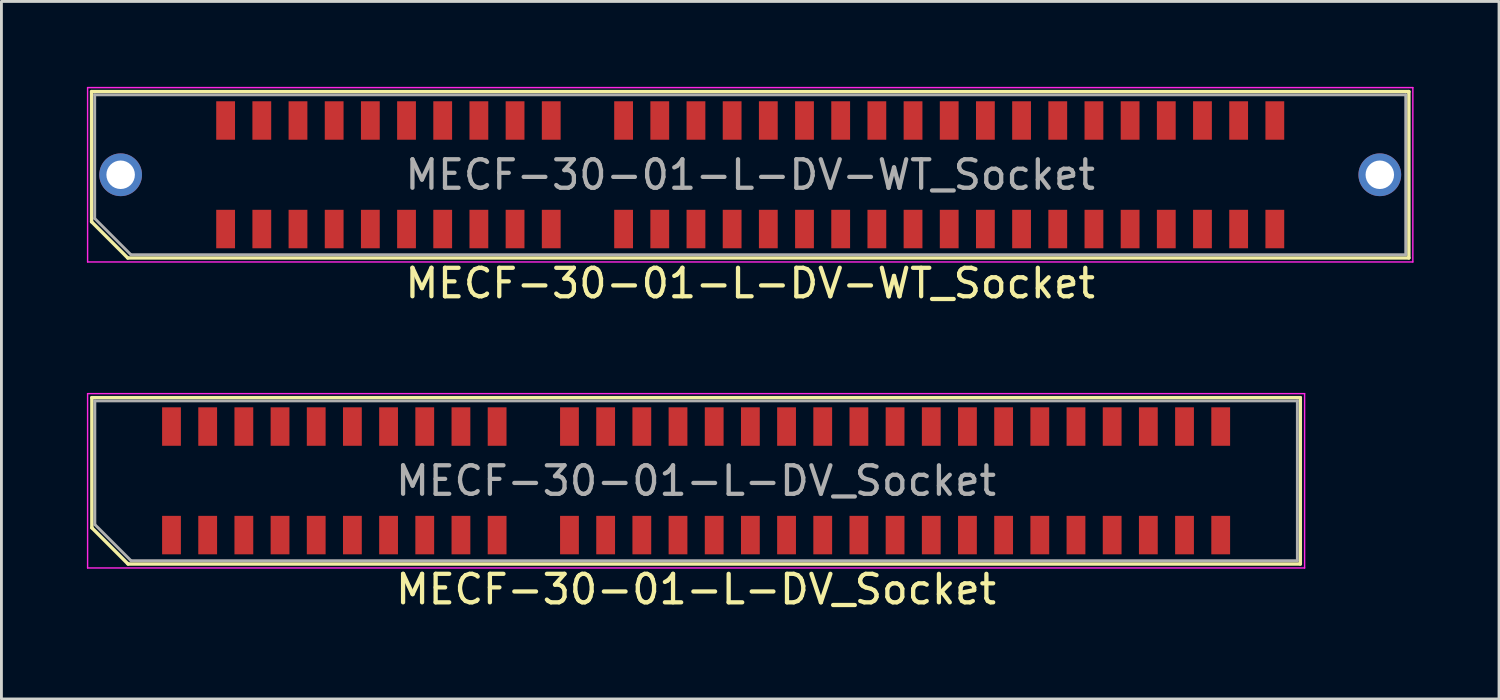
<source format=kicad_pcb>
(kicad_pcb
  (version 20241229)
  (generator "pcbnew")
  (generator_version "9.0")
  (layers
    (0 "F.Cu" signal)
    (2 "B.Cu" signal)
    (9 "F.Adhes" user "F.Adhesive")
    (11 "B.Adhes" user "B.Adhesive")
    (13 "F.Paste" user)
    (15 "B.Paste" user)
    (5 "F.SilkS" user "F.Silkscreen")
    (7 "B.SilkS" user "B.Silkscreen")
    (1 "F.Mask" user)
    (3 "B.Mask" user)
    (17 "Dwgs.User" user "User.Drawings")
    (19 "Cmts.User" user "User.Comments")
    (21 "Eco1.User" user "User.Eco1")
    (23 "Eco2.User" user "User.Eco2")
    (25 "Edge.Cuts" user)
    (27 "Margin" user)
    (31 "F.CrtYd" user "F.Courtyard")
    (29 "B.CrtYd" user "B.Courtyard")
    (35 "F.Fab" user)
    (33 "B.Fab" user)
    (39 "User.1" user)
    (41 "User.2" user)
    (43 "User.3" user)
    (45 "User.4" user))
  (footprint "MECF-30-01-L-DV-WT_Socket"
    (layer "F.Cu")
    (at 23.285 3.085)
    (property "Reference" "MECF-30-01-L-DV-WT_Socket" (at 0 3.81 0) (layer "F.SilkS") (effects (font (size 1 1) (thickness 0.15))))
    (attr smd)
    (fp_line (start -23.12 -2.92) (end 23.12 -2.92) (stroke (width 0.12) (type solid)) (layer "F.SilkS"))
    (fp_line (start -23.12 1.65) (end -23.12 -2.92) (stroke (width 0.12) (type solid)) (layer "F.SilkS"))
    (fp_line (start -21.85 2.92) (end -23.12 1.65) (stroke (width 0.12) (type solid)) (layer "F.SilkS"))
    (fp_line (start -21.85 2.92) (end 23.12 2.92) (stroke (width 0.12) (type solid)) (layer "F.SilkS"))
    (fp_line (start 23.12 2.92) (end 23.12 -2.92) (stroke (width 0.12) (type solid)) (layer "F.SilkS"))
    (fp_line (start -23.26 -3.06) (end -23.26 3.06) (stroke (width 0.05) (type solid)) (layer "F.CrtYd"))
    (fp_line (start -23.26 3.06) (end 23.26 3.06) (stroke (width 0.05) (type solid)) (layer "F.CrtYd"))
    (fp_line (start 23.26 -3.06) (end -23.26 -3.06) (stroke (width 0.05) (type solid)) (layer "F.CrtYd"))
    (fp_line (start 23.26 3.06) (end 23.26 -3.06) (stroke (width 0.05) (type solid)) (layer "F.CrtYd"))
    (fp_line (start -23.01 -2.805) (end 23.01 -2.805) (stroke (width 0.1) (type solid)) (layer "F.Fab"))
    (fp_line (start -23.01 1.535) (end -23.01 -2.805) (stroke (width 0.1) (type solid)) (layer "F.Fab"))
    (fp_line (start -23.01 1.535) (end -21.74 2.805) (stroke (width 0.1) (type solid)) (layer "F.Fab"))
    (fp_line (start -21.74 2.805) (end 23.01 2.805) (stroke (width 0.1) (type solid)) (layer "F.Fab"))
    (fp_line (start 23.01 2.805) (end 23.01 -2.805) (stroke (width 0.1) (type solid)) (layer "F.Fab"))
    (fp_text user "${REFERENCE}" (at 0 0 0) (layer "F.Fab") (effects (font (size 1 1) (thickness 0.15))))
    (pad "" thru_hole circle (at -22.1 0) (size 1.5 1.5) (drill 1) (layers "*.Cu" "*.Mask"))
    (pad "" np_thru_hole circle (at -20.195 0) (size 0.001 0.001) (drill 1.45) (layers "*.Cu" "*.Mask"))
    (pad "" np_thru_hole circle (at 20.195 1) (size 0.001 0.001) (drill 1.45) (layers "*.Cu" "*.Mask"))
    (pad "" thru_hole circle (at 22.1 0) (size 1.5 1.5) (drill 1) (layers "*.Cu" "*.Mask"))
    (pad "1" smd rect (at -18.415 1.905) (size 0.66 1.35) (layers "F.Cu" "F.Mask" "F.Paste"))
    (pad "2" smd rect (at -18.415 -1.905) (size 0.66 1.35) (layers "F.Cu" "F.Mask" "F.Paste"))
    (pad "3" smd rect (at -17.145 1.905) (size 0.66 1.35) (layers "F.Cu" "F.Mask" "F.Paste"))
    (pad "4" smd rect (at -17.145 -1.905) (size 0.66 1.35) (layers "F.Cu" "F.Mask" "F.Paste"))
    (pad "5" smd rect (at -15.875 1.905) (size 0.66 1.35) (layers "F.Cu" "F.Mask" "F.Paste"))
    (pad "6" smd rect (at -15.875 -1.905) (size 0.66 1.35) (layers "F.Cu" "F.Mask" "F.Paste"))
    (pad "7" smd rect (at -14.605 1.905) (size 0.66 1.35) (layers "F.Cu" "F.Mask" "F.Paste"))
    (pad "8" smd rect (at -14.605 -1.905) (size 0.66 1.35) (layers "F.Cu" "F.Mask" "F.Paste"))
    (pad "9" smd rect (at -13.335 1.905) (size 0.66 1.35) (layers "F.Cu" "F.Mask" "F.Paste"))
    (pad "10" smd rect (at -13.335 -1.905) (size 0.66 1.35) (layers "F.Cu" "F.Mask" "F.Paste"))
    (pad "11" smd rect (at -12.065 1.905) (size 0.66 1.35) (layers "F.Cu" "F.Mask" "F.Paste"))
    (pad "12" smd rect (at -12.065 -1.905) (size 0.66 1.35) (layers "F.Cu" "F.Mask" "F.Paste"))
    (pad "13" smd rect (at -10.795 1.905) (size 0.66 1.35) (layers "F.Cu" "F.Mask" "F.Paste"))
    (pad "14" smd rect (at -10.795 -1.905) (size 0.66 1.35) (layers "F.Cu" "F.Mask" "F.Paste"))
    (pad "15" smd rect (at -9.525 1.905) (size 0.66 1.35) (layers "F.Cu" "F.Mask" "F.Paste"))
    (pad "16" smd rect (at -9.525 -1.905) (size 0.66 1.35) (layers "F.Cu" "F.Mask" "F.Paste"))
    (pad "17" smd rect (at -8.255 1.905) (size 0.66 1.35) (layers "F.Cu" "F.Mask" "F.Paste"))
    (pad "18" smd rect (at -8.255 -1.905) (size 0.66 1.35) (layers "F.Cu" "F.Mask" "F.Paste"))
    (pad "19" smd rect (at -6.985 1.905) (size 0.66 1.35) (layers "F.Cu" "F.Mask" "F.Paste"))
    (pad "20" smd rect (at -6.985 -1.905) (size 0.66 1.35) (layers "F.Cu" "F.Mask" "F.Paste"))
    (pad "23" smd rect (at -4.445 1.905) (size 0.66 1.35) (layers "F.Cu" "F.Mask" "F.Paste"))
    (pad "24" smd rect (at -4.445 -1.905) (size 0.66 1.35) (layers "F.Cu" "F.Mask" "F.Paste"))
    (pad "25" smd rect (at -3.175 1.905) (size 0.66 1.35) (layers "F.Cu" "F.Mask" "F.Paste"))
    (pad "26" smd rect (at -3.175 -1.905) (size 0.66 1.35) (layers "F.Cu" "F.Mask" "F.Paste"))
    (pad "27" smd rect (at -1.905 1.905) (size 0.66 1.35) (layers "F.Cu" "F.Mask" "F.Paste"))
    (pad "28" smd rect (at -1.905 -1.905) (size 0.66 1.35) (layers "F.Cu" "F.Mask" "F.Paste"))
    (pad "29" smd rect (at -0.635 1.905) (size 0.66 1.35) (layers "F.Cu" "F.Mask" "F.Paste"))
    (pad "30" smd rect (at -0.635 -1.905) (size 0.66 1.35) (layers "F.Cu" "F.Mask" "F.Paste"))
    (pad "31" smd rect (at 0.635 1.905) (size 0.66 1.35) (layers "F.Cu" "F.Mask" "F.Paste"))
    (pad "32" smd rect (at 0.635 -1.905) (size 0.66 1.35) (layers "F.Cu" "F.Mask" "F.Paste"))
    (pad "33" smd rect (at 1.905 1.905) (size 0.66 1.35) (layers "F.Cu" "F.Mask" "F.Paste"))
    (pad "34" smd rect (at 1.905 -1.905) (size 0.66 1.35) (layers "F.Cu" "F.Mask" "F.Paste"))
    (pad "35" smd rect (at 3.175 1.905) (size 0.66 1.35) (layers "F.Cu" "F.Mask" "F.Paste"))
    (pad "36" smd rect (at 3.175 -1.905) (size 0.66 1.35) (layers "F.Cu" "F.Mask" "F.Paste"))
    (pad "37" smd rect (at 4.445 1.905) (size 0.66 1.35) (layers "F.Cu" "F.Mask" "F.Paste"))
    (pad "38" smd rect (at 4.445 -1.905) (size 0.66 1.35) (layers "F.Cu" "F.Mask" "F.Paste"))
    (pad "39" smd rect (at 5.715 1.905) (size 0.66 1.35) (layers "F.Cu" "F.Mask" "F.Paste"))
    (pad "40" smd rect (at 5.715 -1.905) (size 0.66 1.35) (layers "F.Cu" "F.Mask" "F.Paste"))
    (pad "41" smd rect (at 6.985 1.905) (size 0.66 1.35) (layers "F.Cu" "F.Mask" "F.Paste"))
    (pad "42" smd rect (at 6.985 -1.905) (size 0.66 1.35) (layers "F.Cu" "F.Mask" "F.Paste"))
    (pad "43" smd rect (at 8.255 1.905) (size 0.66 1.35) (layers "F.Cu" "F.Mask" "F.Paste"))
    (pad "44" smd rect (at 8.255 -1.905) (size 0.66 1.35) (layers "F.Cu" "F.Mask" "F.Paste"))
    (pad "45" smd rect (at 9.525 1.905) (size 0.66 1.35) (layers "F.Cu" "F.Mask" "F.Paste"))
    (pad "46" smd rect (at 9.525 -1.905) (size 0.66 1.35) (layers "F.Cu" "F.Mask" "F.Paste"))
    (pad "47" smd rect (at 10.795 1.905) (size 0.66 1.35) (layers "F.Cu" "F.Mask" "F.Paste"))
    (pad "48" smd rect (at 10.795 -1.905) (size 0.66 1.35) (layers "F.Cu" "F.Mask" "F.Paste"))
    (pad "49" smd rect (at 12.065 1.905) (size 0.66 1.35) (layers "F.Cu" "F.Mask" "F.Paste"))
    (pad "50" smd rect (at 12.065 -1.905) (size 0.66 1.35) (layers "F.Cu" "F.Mask" "F.Paste"))
    (pad "51" smd rect (at 13.335 1.905) (size 0.66 1.35) (layers "F.Cu" "F.Mask" "F.Paste"))
    (pad "52" smd rect (at 13.335 -1.905) (size 0.66 1.35) (layers "F.Cu" "F.Mask" "F.Paste"))
    (pad "53" smd rect (at 14.605 1.905) (size 0.66 1.35) (layers "F.Cu" "F.Mask" "F.Paste"))
    (pad "54" smd rect (at 14.605 -1.905) (size 0.66 1.35) (layers "F.Cu" "F.Mask" "F.Paste"))
    (pad "55" smd rect (at 15.875 1.905) (size 0.66 1.35) (layers "F.Cu" "F.Mask" "F.Paste"))
    (pad "56" smd rect (at 15.875 -1.905) (size 0.66 1.35) (layers "F.Cu" "F.Mask" "F.Paste"))
    (pad "57" smd rect (at 17.145 1.905) (size 0.66 1.35) (layers "F.Cu" "F.Mask" "F.Paste"))
    (pad "58" smd rect (at 17.145 -1.905) (size 0.66 1.35) (layers "F.Cu" "F.Mask" "F.Paste"))
    (pad "59" smd rect (at 18.415 1.905) (size 0.66 1.35) (layers "F.Cu" "F.Mask" "F.Paste"))
    (pad "60" smd rect (at 18.415 -1.905) (size 0.66 1.35) (layers "F.Cu" "F.Mask" "F.Paste")))
  (footprint "MECF-30-01-L-DV_Socket"
    (layer "F.Cu")
    (at 21.385 13.828)
    (property "Reference" "MECF-30-01-L-DV_Socket" (at 0 3.81 0) (layer "F.SilkS") (effects (font (size 1 1) (thickness 0.15))))
    (attr smd)
    (fp_line (start -21.21 -2.92) (end 21.21 -2.92) (stroke (width 0.12) (type solid)) (layer "F.SilkS"))
    (fp_line (start -21.21 1.65) (end -21.21 -2.92) (stroke (width 0.12) (type solid)) (layer "F.SilkS"))
    (fp_line (start -19.94 2.92) (end -21.21 1.65) (stroke (width 0.12) (type solid)) (layer "F.SilkS"))
    (fp_line (start -19.94 2.92) (end 21.21 2.92) (stroke (width 0.12) (type solid)) (layer "F.SilkS"))
    (fp_line (start 21.21 2.92) (end 21.21 -2.92) (stroke (width 0.12) (type solid)) (layer "F.SilkS"))
    (fp_line (start -21.36 -3.06) (end -21.36 3.06) (stroke (width 0.05) (type solid)) (layer "F.CrtYd"))
    (fp_line (start -21.36 3.06) (end 21.36 3.06) (stroke (width 0.05) (type solid)) (layer "F.CrtYd"))
    (fp_line (start 21.36 -3.06) (end -21.36 -3.06) (stroke (width 0.05) (type solid)) (layer "F.CrtYd"))
    (fp_line (start 21.36 3.06) (end 21.36 -3.06) (stroke (width 0.05) (type solid)) (layer "F.CrtYd"))
    (fp_line (start -21.105 -2.805) (end 21.105 -2.805) (stroke (width 0.1) (type solid)) (layer "F.Fab"))
    (fp_line (start -21.105 1.535) (end -21.105 -2.805) (stroke (width 0.1) (type solid)) (layer "F.Fab"))
    (fp_line (start -21.105 1.535) (end -19.835 2.805) (stroke (width 0.1) (type solid)) (layer "F.Fab"))
    (fp_line (start -19.835 2.805) (end 21.105 2.805) (stroke (width 0.1) (type solid)) (layer "F.Fab"))
    (fp_line (start 21.105 2.805) (end 21.105 -2.805) (stroke (width 0.1) (type solid)) (layer "F.Fab"))
    (fp_text user "${REFERENCE}" (at 0 0 0) (layer "F.Fab") (effects (font (size 1 1) (thickness 0.15))))
    (pad "" np_thru_hole circle (at -20.195 0) (size 0.001 0.001) (drill 1.45) (layers "*.Cu" "*.Mask"))
    (pad "" np_thru_hole circle (at 20.195 1) (size 0.001 0.001) (drill 1.45) (layers "*.Cu" "*.Mask"))
    (pad "1" smd rect (at -18.415 1.905) (size 0.66 1.35) (layers "F.Cu" "F.Mask" "F.Paste"))
    (pad "2" smd rect (at -18.415 -1.905) (size 0.66 1.35) (layers "F.Cu" "F.Mask" "F.Paste"))
    (pad "3" smd rect (at -17.145 1.905) (size 0.66 1.35) (layers "F.Cu" "F.Mask" "F.Paste"))
    (pad "4" smd rect (at -17.145 -1.905) (size 0.66 1.35) (layers "F.Cu" "F.Mask" "F.Paste"))
    (pad "5" smd rect (at -15.875 1.905) (size 0.66 1.35) (layers "F.Cu" "F.Mask" "F.Paste"))
    (pad "6" smd rect (at -15.875 -1.905) (size 0.66 1.35) (layers "F.Cu" "F.Mask" "F.Paste"))
    (pad "7" smd rect (at -14.605 1.905) (size 0.66 1.35) (layers "F.Cu" "F.Mask" "F.Paste"))
    (pad "8" smd rect (at -14.605 -1.905) (size 0.66 1.35) (layers "F.Cu" "F.Mask" "F.Paste"))
    (pad "9" smd rect (at -13.335 1.905) (size 0.66 1.35) (layers "F.Cu" "F.Mask" "F.Paste"))
    (pad "10" smd rect (at -13.335 -1.905) (size 0.66 1.35) (layers "F.Cu" "F.Mask" "F.Paste"))
    (pad "11" smd rect (at -12.065 1.905) (size 0.66 1.35) (layers "F.Cu" "F.Mask" "F.Paste"))
    (pad "12" smd rect (at -12.065 -1.905) (size 0.66 1.35) (layers "F.Cu" "F.Mask" "F.Paste"))
    (pad "13" smd rect (at -10.795 1.905) (size 0.66 1.35) (layers "F.Cu" "F.Mask" "F.Paste"))
    (pad "14" smd rect (at -10.795 -1.905) (size 0.66 1.35) (layers "F.Cu" "F.Mask" "F.Paste"))
    (pad "15" smd rect (at -9.525 1.905) (size 0.66 1.35) (layers "F.Cu" "F.Mask" "F.Paste"))
    (pad "16" smd rect (at -9.525 -1.905) (size 0.66 1.35) (layers "F.Cu" "F.Mask" "F.Paste"))
    (pad "17" smd rect (at -8.255 1.905) (size 0.66 1.35) (layers "F.Cu" "F.Mask" "F.Paste"))
    (pad "18" smd rect (at -8.255 -1.905) (size 0.66 1.35) (layers "F.Cu" "F.Mask" "F.Paste"))
    (pad "19" smd rect (at -6.985 1.905) (size 0.66 1.35) (layers "F.Cu" "F.Mask" "F.Paste"))
    (pad "20" smd rect (at -6.985 -1.905) (size 0.66 1.35) (layers "F.Cu" "F.Mask" "F.Paste"))
    (pad "23" smd rect (at -4.445 1.905) (size 0.66 1.35) (layers "F.Cu" "F.Mask" "F.Paste"))
    (pad "24" smd rect (at -4.445 -1.905) (size 0.66 1.35) (layers "F.Cu" "F.Mask" "F.Paste"))
    (pad "25" smd rect (at -3.175 1.905) (size 0.66 1.35) (layers "F.Cu" "F.Mask" "F.Paste"))
    (pad "26" smd rect (at -3.175 -1.905) (size 0.66 1.35) (layers "F.Cu" "F.Mask" "F.Paste"))
    (pad "27" smd rect (at -1.905 1.905) (size 0.66 1.35) (layers "F.Cu" "F.Mask" "F.Paste"))
    (pad "28" smd rect (at -1.905 -1.905) (size 0.66 1.35) (layers "F.Cu" "F.Mask" "F.Paste"))
    (pad "29" smd rect (at -0.635 1.905) (size 0.66 1.35) (layers "F.Cu" "F.Mask" "F.Paste"))
    (pad "30" smd rect (at -0.635 -1.905) (size 0.66 1.35) (layers "F.Cu" "F.Mask" "F.Paste"))
    (pad "31" smd rect (at 0.635 1.905) (size 0.66 1.35) (layers "F.Cu" "F.Mask" "F.Paste"))
    (pad "32" smd rect (at 0.635 -1.905) (size 0.66 1.35) (layers "F.Cu" "F.Mask" "F.Paste"))
    (pad "33" smd rect (at 1.905 1.905) (size 0.66 1.35) (layers "F.Cu" "F.Mask" "F.Paste"))
    (pad "34" smd rect (at 1.905 -1.905) (size 0.66 1.35) (layers "F.Cu" "F.Mask" "F.Paste"))
    (pad "35" smd rect (at 3.175 1.905) (size 0.66 1.35) (layers "F.Cu" "F.Mask" "F.Paste"))
    (pad "36" smd rect (at 3.175 -1.905) (size 0.66 1.35) (layers "F.Cu" "F.Mask" "F.Paste"))
    (pad "37" smd rect (at 4.445 1.905) (size 0.66 1.35) (layers "F.Cu" "F.Mask" "F.Paste"))
    (pad "38" smd rect (at 4.445 -1.905) (size 0.66 1.35) (layers "F.Cu" "F.Mask" "F.Paste"))
    (pad "39" smd rect (at 5.715 1.905) (size 0.66 1.35) (layers "F.Cu" "F.Mask" "F.Paste"))
    (pad "40" smd rect (at 5.715 -1.905) (size 0.66 1.35) (layers "F.Cu" "F.Mask" "F.Paste"))
    (pad "41" smd rect (at 6.985 1.905) (size 0.66 1.35) (layers "F.Cu" "F.Mask" "F.Paste"))
    (pad "42" smd rect (at 6.985 -1.905) (size 0.66 1.35) (layers "F.Cu" "F.Mask" "F.Paste"))
    (pad "43" smd rect (at 8.255 1.905) (size 0.66 1.35) (layers "F.Cu" "F.Mask" "F.Paste"))
    (pad "44" smd rect (at 8.255 -1.905) (size 0.66 1.35) (layers "F.Cu" "F.Mask" "F.Paste"))
    (pad "45" smd rect (at 9.525 1.905) (size 0.66 1.35) (layers "F.Cu" "F.Mask" "F.Paste"))
    (pad "46" smd rect (at 9.525 -1.905) (size 0.66 1.35) (layers "F.Cu" "F.Mask" "F.Paste"))
    (pad "47" smd rect (at 10.795 1.905) (size 0.66 1.35) (layers "F.Cu" "F.Mask" "F.Paste"))
    (pad "48" smd rect (at 10.795 -1.905) (size 0.66 1.35) (layers "F.Cu" "F.Mask" "F.Paste"))
    (pad "49" smd rect (at 12.065 1.905) (size 0.66 1.35) (layers "F.Cu" "F.Mask" "F.Paste"))
    (pad "50" smd rect (at 12.065 -1.905) (size 0.66 1.35) (layers "F.Cu" "F.Mask" "F.Paste"))
    (pad "51" smd rect (at 13.335 1.905) (size 0.66 1.35) (layers "F.Cu" "F.Mask" "F.Paste"))
    (pad "52" smd rect (at 13.335 -1.905) (size 0.66 1.35) (layers "F.Cu" "F.Mask" "F.Paste"))
    (pad "53" smd rect (at 14.605 1.905) (size 0.66 1.35) (layers "F.Cu" "F.Mask" "F.Paste"))
    (pad "54" smd rect (at 14.605 -1.905) (size 0.66 1.35) (layers "F.Cu" "F.Mask" "F.Paste"))
    (pad "55" smd rect (at 15.875 1.905) (size 0.66 1.35) (layers "F.Cu" "F.Mask" "F.Paste"))
    (pad "56" smd rect (at 15.875 -1.905) (size 0.66 1.35) (layers "F.Cu" "F.Mask" "F.Paste"))
    (pad "57" smd rect (at 17.145 1.905) (size 0.66 1.35) (layers "F.Cu" "F.Mask" "F.Paste"))
    (pad "58" smd rect (at 17.145 -1.905) (size 0.66 1.35) (layers "F.Cu" "F.Mask" "F.Paste"))
    (pad "59" smd rect (at 18.415 1.905) (size 0.66 1.35) (layers "F.Cu" "F.Mask" "F.Paste"))
    (pad "60" smd rect (at 18.415 -1.905) (size 0.66 1.35) (layers "F.Cu" "F.Mask" "F.Paste")))
  (gr_rect
    (start -3 -3)
    (end 49.57 21.486)
    (stroke (width 0.1) (type default))
    (fill no)
    (layer "Edge.Cuts")))
</source>
